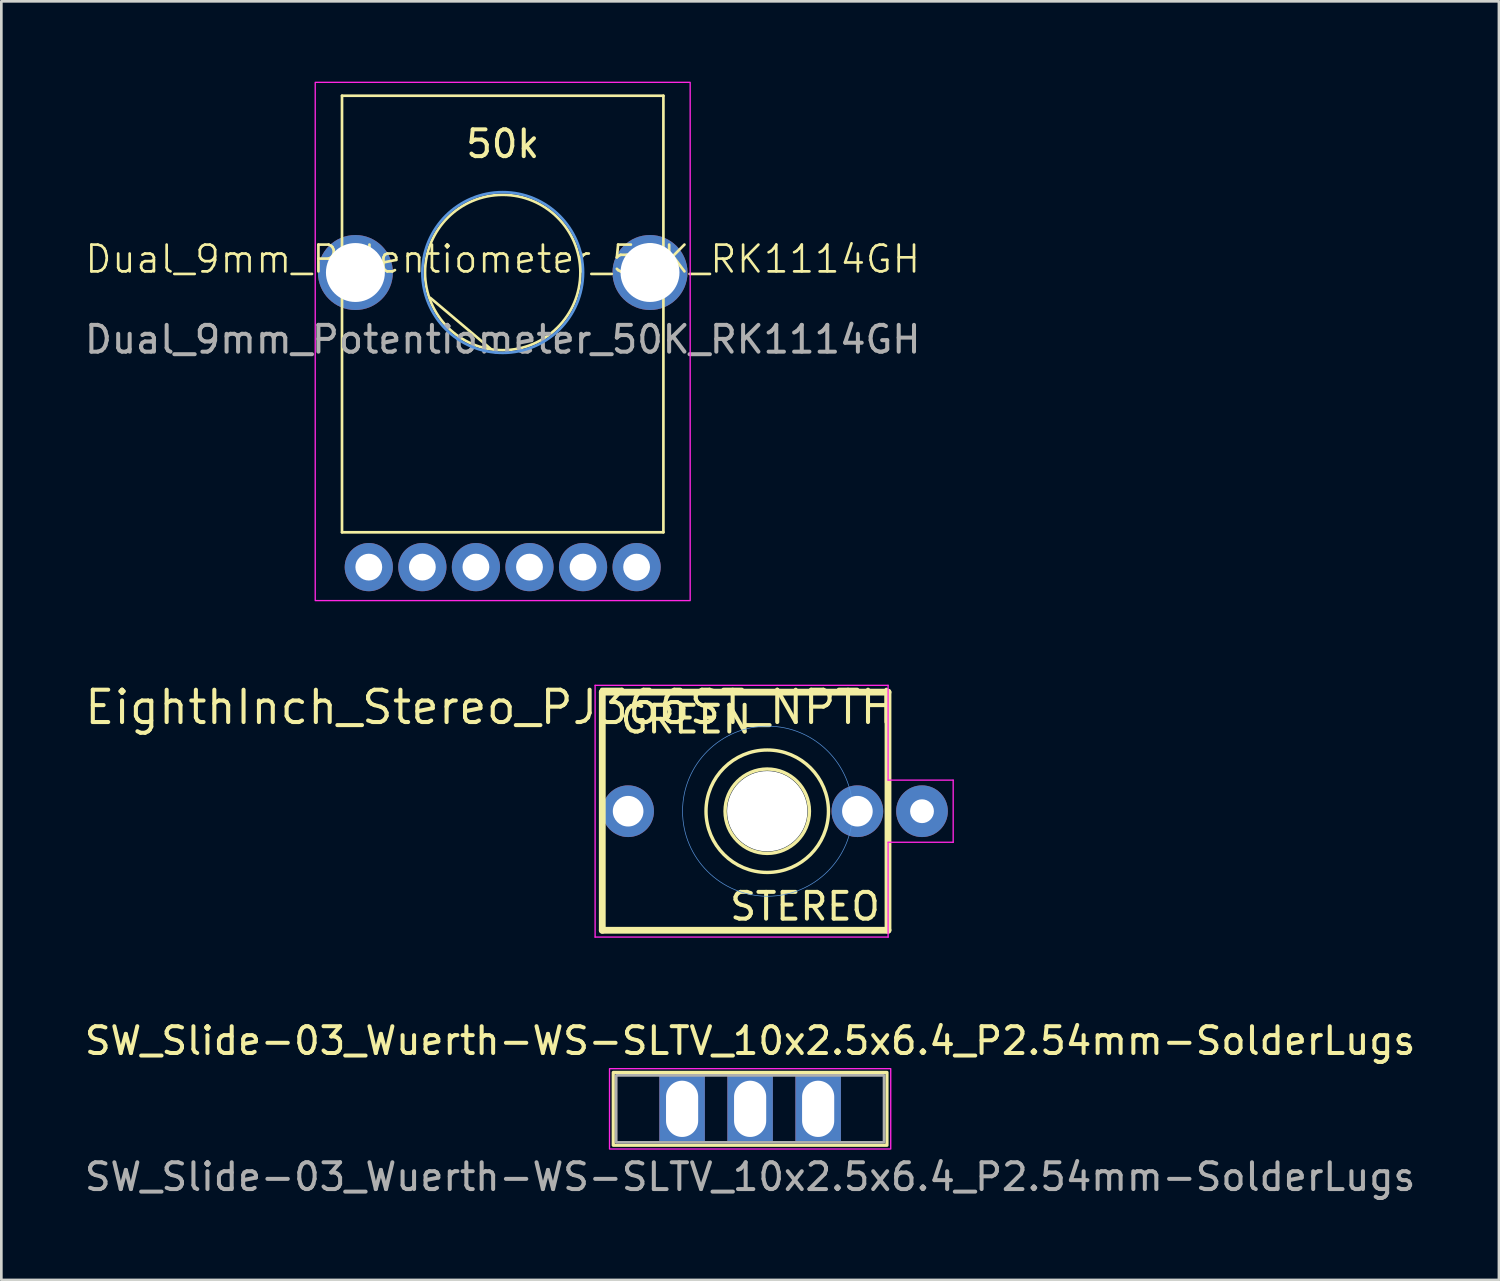
<source format=kicad_pcb>
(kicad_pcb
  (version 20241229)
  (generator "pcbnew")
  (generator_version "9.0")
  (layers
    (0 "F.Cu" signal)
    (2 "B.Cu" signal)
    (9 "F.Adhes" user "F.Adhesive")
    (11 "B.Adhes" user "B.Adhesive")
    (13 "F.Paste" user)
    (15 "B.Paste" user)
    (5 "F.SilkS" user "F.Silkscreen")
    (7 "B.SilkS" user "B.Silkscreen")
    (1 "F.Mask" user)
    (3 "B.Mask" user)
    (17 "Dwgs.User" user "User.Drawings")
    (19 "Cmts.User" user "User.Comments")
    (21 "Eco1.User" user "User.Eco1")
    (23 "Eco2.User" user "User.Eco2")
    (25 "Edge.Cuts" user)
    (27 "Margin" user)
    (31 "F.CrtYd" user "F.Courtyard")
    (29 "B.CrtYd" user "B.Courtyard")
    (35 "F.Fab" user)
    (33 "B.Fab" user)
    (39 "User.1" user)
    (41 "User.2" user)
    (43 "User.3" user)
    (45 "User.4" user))
  (footprint "Dual_9mm_Potentiometer_50K_RK1114GH"
    (layer "F.Cu")
    (at 15.72 7.125)
    (property "Reference" "Dual_9mm_Potentiometer_50K_RK1114GH" (at 0 -0.5 0) (unlocked yes) (layer "F.SilkS") (effects (font (size 1 1) (thickness 0.1))))
    (property "Display" "50k" (at 0 -4.8 0) (unlocked yes) (layer "F.SilkS") (effects (font (size 1 1) (thickness 0.15))))
    (attr through_hole)
    (fp_line (start -6 0) (end -6 -6.6) (stroke (width 0.1) (type default)) (layer "F.SilkS"))
    (fp_line (start -6 0) (end -6 9.7) (stroke (width 0.1) (type default)) (layer "F.SilkS"))
    (fp_line (start -0.45 2.85) (end -2.7 0.95) (stroke (width 0.1) (type solid)) (layer "F.SilkS"))
    (fp_line (start 6 -6.6) (end -6 -6.6) (stroke (width 0.1) (type default)) (layer "F.SilkS"))
    (fp_line (start 6 0) (end 6 -6.6) (stroke (width 0.1) (type default)) (layer "F.SilkS"))
    (fp_line (start 6 0) (end 6 9.7) (stroke (width 0.1) (type default)) (layer "F.SilkS"))
    (fp_line (start 6 9.7) (end -6 9.7) (stroke (width 0.1) (type default)) (layer "F.SilkS"))
    (fp_circle (center 0 0) (end 0 2.9) (stroke (width 0.1) (type solid)) (fill no) (layer "F.SilkS"))
    (fp_circle (center 0 0) (end 3 0) (stroke (width 0.1) (type solid)) (fill no) (layer "Cmts.User"))
    (fp_rect (start -7 -7.1) (end 7 12.25) (stroke (width 0.05) (type default)) (fill no) (layer "F.CrtYd"))
    (fp_text user "${REFERENCE}" (at 0 2.5 0) (unlocked yes) (layer "F.Fab") (effects (font (size 1 1) (thickness 0.15))))
    (pad "1" thru_hole circle (at -1 11 270) (size 1.8 1.8) (drill 1) (layers "*.Cu" "*.Mask"))
    (pad "2" thru_hole circle (at 1 11 270) (size 1.8 1.8) (drill 1) (layers "*.Cu" "*.Mask"))
    (pad "3" thru_hole circle (at 3 11 270) (size 1.8 1.8) (drill 1) (layers "*.Cu" "*.Mask"))
    (pad "4" thru_hole circle (at -3 11 270) (size 1.8 1.8) (drill 1) (layers "*.Cu" "*.Mask"))
    (pad "5" thru_hole circle (at -5 11 270) (size 1.8 1.8) (drill 1) (layers "*.Cu" "*.Mask"))
    (pad "6" thru_hole circle (at 5 11 270) (size 1.8 1.8) (drill 1) (layers "*.Cu" "*.Mask"))
    (pad "7" thru_hole circle (at -5.5 0 270) (size 2.8 2.8) (drill 2.2) (layers "*.Cu" "*.Mask"))
    (pad "8" thru_hole circle (at 5.5 0 270) (size 2.8 2.8) (drill 2.2) (layers "*.Cu" "*.Mask")))
  (footprint "SW_Slide-03_Wuerth-WS-SLTV_10x2.5x6.4_P2.54mm-SolderLugs"
    (layer "F.Cu")
    (at 24.958 38.352)
    (property "Reference" "SW_Slide-03_Wuerth-WS-SLTV_10x2.5x6.4_P2.54mm-SolderLugs" (at 0 -2.54 0) (layer "F.SilkS") (effects (font (size 1 1) (thickness 0.15))))
    (attr through_hole)
    (fp_rect (start -5.11 -1.36) (end 5.11 1.36) (stroke (width 0.12) (type default)) (fill no) (layer "F.SilkS"))
    (fp_rect (start -5.25 -1.5) (end 5.25 1.5) (stroke (width 0.05) (type default)) (fill no) (layer "F.CrtYd"))
    (fp_rect (start -5 -1.25) (end 5 1.25) (stroke (width 0.1) (type default)) (fill no) (layer "F.Fab"))
    (fp_text user "${REFERENCE}" (at 0 2.54 0) (layer "F.Fab") (effects (font (size 1 1) (thickness 0.15))))
    (pad "1" thru_hole rect (at 0 0) (size 1.7 2.54) (drill oval 1.2 2.1) (layers "*.Cu" "*.Mask"))
    (pad "2" thru_hole rect (at -2.54 0) (size 1.7 2.54) (drill oval 1.2 2.1) (layers "*.Cu" "*.Mask"))
    (pad "3" thru_hole rect (at 2.54 0) (size 1.7 2.54) (drill oval 1.2 2.1) (layers "*.Cu" "*.Mask")))
  (footprint "EighthInch_Stereo_PJ366ST_NPTH"
    (layer "F.Cu")
    (at 25.61 27.239)
    (property "Reference" "EighthInch_Stereo_PJ366ST_NPTH" (at 4.826 -3.175 180) (layer "F.SilkS") (effects (font (size 1.206 1.206) (thickness 0.152)) (justify right bottom)))
    (attr through_hole)
    (fp_line (start -6.172 -4.445) (end -6.172 4.445) (stroke (width 0.254) (type solid)) (layer "F.SilkS"))
    (fp_line (start -6.172 4.445) (end 4.496 4.445) (stroke (width 0.254) (type solid)) (layer "F.SilkS"))
    (fp_line (start 4.496 -4.445) (end -6.172 -4.445) (stroke (width 0.254) (type solid)) (layer "F.SilkS"))
    (fp_line (start 4.496 4.445) (end 4.496 -4.445) (stroke (width 0.254) (type solid)) (layer "F.SilkS"))
    (fp_circle (center -0.013 0) (end 1.562 0) (stroke (width 0.127) (type solid)) (fill no) (layer "F.SilkS"))
    (fp_circle (center -0.013 0) (end 2.273 0) (stroke (width 0.127) (type solid)) (fill no) (layer "F.SilkS"))
    (fp_circle (center 0 0) (end 3.175 0) (stroke (width 0.025) (type solid)) (fill no) (layer "Cmts.User"))
    (fp_line (start -6.44 -4.7) (end -6.44 4.7) (stroke (width 0.05) (type solid)) (layer "F.CrtYd"))
    (fp_line (start -6.44 -4.7) (end 4.5 -4.7) (stroke (width 0.05) (type solid)) (layer "F.CrtYd"))
    (fp_line (start -6.44 4.7) (end 4.5 4.7) (stroke (width 0.05) (type solid)) (layer "F.CrtYd"))
    (fp_line (start 4.5 -4.7) (end 4.5 -1.16) (stroke (width 0.05) (type solid)) (layer "F.CrtYd"))
    (fp_line (start 4.5 -1.16) (end 6.93 -1.16) (stroke (width 0.05) (type solid)) (layer "F.CrtYd"))
    (fp_line (start 4.5 1.16) (end 4.5 4.7) (stroke (width 0.05) (type solid)) (layer "F.CrtYd"))
    (fp_line (start 6.93 -1.16) (end 6.93 1.16) (stroke (width 0.05) (type solid)) (layer "F.CrtYd"))
    (fp_line (start 6.93 1.16) (end 4.5 1.16) (stroke (width 0.05) (type solid)) (layer "F.CrtYd"))
    (fp_text user "GREEN" (at -3.048 -3.429 180) (layer "F.SilkS") (effects (font (size 1 1) (thickness 0.15))))
    (fp_text user "STEREO" (at 1.397 3.556 180) (layer "F.SilkS") (effects (font (size 1 1) (thickness 0.15))))
    (pad "" np_thru_hole circle (at -0.013 0) (size 3 3) (drill 3) (layers "*.Cu" "*.Mask"))
    (pad "1" thru_hole circle (at -5.207 0) (size 1.93 1.93) (drill 1.143) (layers "*.Cu" "*.Mask"))
    (pad "2" thru_hole circle (at 5.766 0) (size 1.93 1.93) (drill 0.889) (layers "*.Cu" "*.Mask"))
    (pad "3" thru_hole circle (at 3.353 0) (size 1.93 1.93) (drill 1.143) (layers "*.Cu" "*.Mask")))
  (gr_rect
    (start -3 -3)
    (end 52.917 44.74)
    (stroke (width 0.1) (type default))
    (fill no)
    (layer "Edge.Cuts")))
</source>
